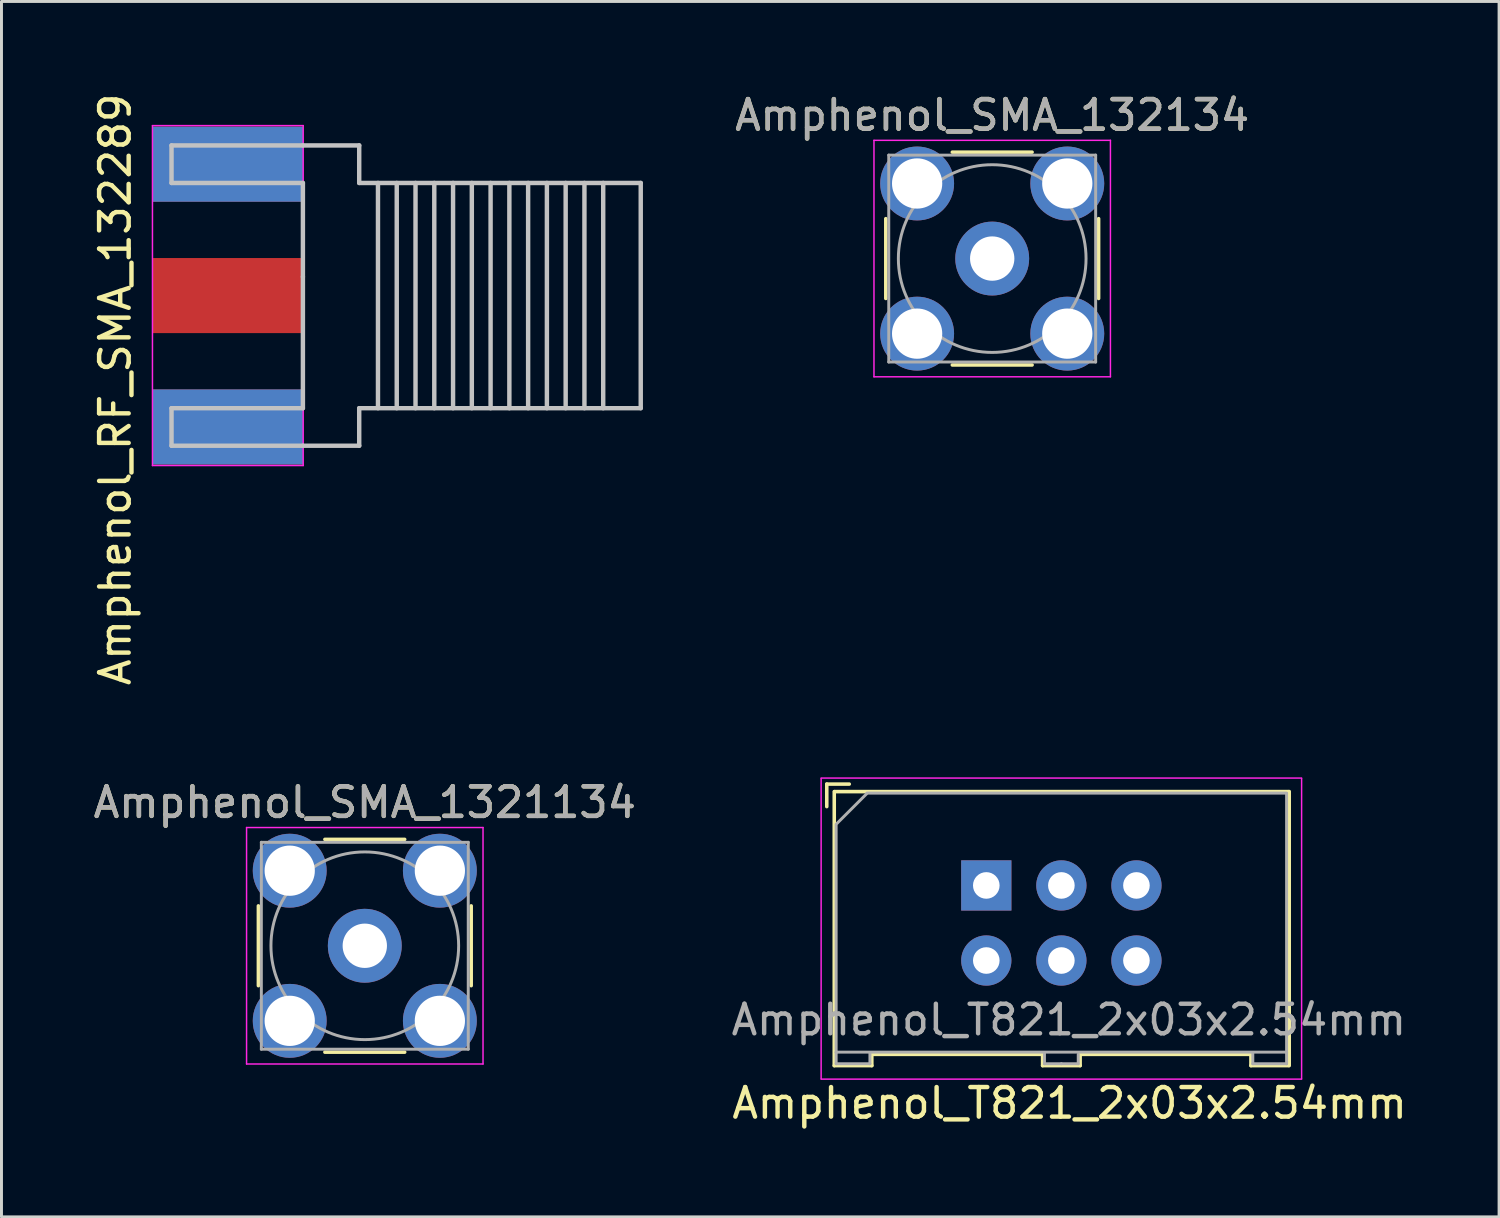
<source format=kicad_pcb>
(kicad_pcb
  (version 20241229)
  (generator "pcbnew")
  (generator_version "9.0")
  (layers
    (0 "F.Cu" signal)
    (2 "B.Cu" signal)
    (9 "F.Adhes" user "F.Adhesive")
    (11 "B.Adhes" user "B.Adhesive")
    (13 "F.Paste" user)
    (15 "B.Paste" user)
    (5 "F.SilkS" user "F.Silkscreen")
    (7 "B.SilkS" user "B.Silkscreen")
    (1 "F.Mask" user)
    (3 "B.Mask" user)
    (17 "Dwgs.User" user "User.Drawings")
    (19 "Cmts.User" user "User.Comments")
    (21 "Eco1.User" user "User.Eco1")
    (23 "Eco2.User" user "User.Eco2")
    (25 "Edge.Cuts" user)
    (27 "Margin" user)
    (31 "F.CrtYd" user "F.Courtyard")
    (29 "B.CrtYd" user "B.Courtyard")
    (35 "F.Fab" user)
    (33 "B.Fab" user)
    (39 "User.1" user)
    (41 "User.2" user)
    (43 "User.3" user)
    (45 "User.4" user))
  (footprint "Amphenol_T821_2x03x2.54mm"
    (layer "F.Cu")
    (at 30.319 26.907)
    (property "Reference" "Amphenol_T821_2x03x2.54mm" (at 2.819 7.366 0) (layer "F.SilkS") (effects (font (size 1 1) (thickness 0.15))))
    (attr through_hole)
    (fp_line (start -5.397 -3.429) (end -5.397 -2.667) (stroke (width 0.12) (type solid)) (layer "F.SilkS"))
    (fp_line (start -5.397 -3.429) (end -4.636 -3.429) (stroke (width 0.12) (type solid)) (layer "F.SilkS"))
    (fp_line (start -5.144 -3.175) (end -5.144 6.096) (stroke (width 0.12) (type solid)) (layer "F.SilkS"))
    (fp_line (start -5.144 6.096) (end -3.873 6.096) (stroke (width 0.12) (type solid)) (layer "F.SilkS"))
    (fp_line (start -5.131 -3.175) (end 10.236 -3.175) (stroke (width 0.12) (type solid)) (layer "F.SilkS"))
    (fp_line (start -3.873 5.715) (end -3.873 6.096) (stroke (width 0.12) (type solid)) (layer "F.SilkS"))
    (fp_line (start 1.88 5.715) (end -3.835 5.715) (stroke (width 0.12) (type solid)) (layer "F.SilkS"))
    (fp_line (start 1.905 6.096) (end 1.905 5.715) (stroke (width 0.12) (type solid)) (layer "F.SilkS"))
    (fp_line (start 3.175 5.715) (end 3.175 6.096) (stroke (width 0.12) (type solid)) (layer "F.SilkS"))
    (fp_line (start 3.175 6.096) (end 1.905 6.096) (stroke (width 0.12) (type solid)) (layer "F.SilkS"))
    (fp_line (start 8.941 5.715) (end 3.226 5.715) (stroke (width 0.12) (type solid)) (layer "F.SilkS"))
    (fp_line (start 8.954 6.096) (end 8.954 5.715) (stroke (width 0.12) (type solid)) (layer "F.SilkS"))
    (fp_line (start 10.223 6.096) (end 8.954 6.096) (stroke (width 0.12) (type solid)) (layer "F.SilkS"))
    (fp_line (start 10.249 -3.175) (end 10.249 6.096) (stroke (width 0.12) (type solid)) (layer "F.SilkS"))
    (fp_line (start -5.588 6.54) (end -5.588 -3.619) (stroke (width 0.05) (type solid)) (layer "F.CrtYd"))
    (fp_line (start 10.668 -3.632) (end -5.588 -3.632) (stroke (width 0.05) (type solid)) (layer "F.CrtYd"))
    (fp_line (start 10.668 6.54) (end 10.668 -3.619) (stroke (width 0.05) (type solid)) (layer "F.CrtYd"))
    (fp_line (start 10.668 6.553) (end -5.588 6.553) (stroke (width 0.05) (type solid)) (layer "F.CrtYd"))
    (fp_line (start -5.08 -2.07) (end -5.08 5.652) (stroke (width 0.1) (type solid)) (layer "F.Fab"))
    (fp_line (start -5.08 5.639) (end 10.16 5.639) (stroke (width 0.1) (type solid)) (layer "F.Fab"))
    (fp_line (start -5.08 5.652) (end -5.08 6.032) (stroke (width 0.1) (type solid)) (layer "F.Fab"))
    (fp_line (start -5.08 6.032) (end -3.937 6.032) (stroke (width 0.1) (type solid)) (layer "F.Fab"))
    (fp_line (start -4.05 -3.1) (end -5.05 -2.1) (stroke (width 0.1) (type solid)) (layer "F.Fab"))
    (fp_line (start -4.04 -3.124) (end 10.16 -3.124) (stroke (width 0.1) (type solid)) (layer "F.Fab"))
    (fp_line (start -3.937 6.032) (end -3.937 5.652) (stroke (width 0.1) (type solid)) (layer "F.Fab"))
    (fp_line (start 1.968 6.032) (end 1.968 5.652) (stroke (width 0.1) (type solid)) (layer "F.Fab"))
    (fp_line (start 2.54 6.032) (end 1.968 6.032) (stroke (width 0.1) (type solid)) (layer "F.Fab"))
    (fp_line (start 2.54 6.032) (end 3.111 6.032) (stroke (width 0.1) (type solid)) (layer "F.Fab"))
    (fp_line (start 3.111 6.032) (end 3.111 5.715) (stroke (width 0.1) (type solid)) (layer "F.Fab"))
    (fp_line (start 9.017 6.032) (end 9.017 5.652) (stroke (width 0.1) (type solid)) (layer "F.Fab"))
    (fp_line (start 10.16 5.652) (end 10.16 -3.111) (stroke (width 0.1) (type solid)) (layer "F.Fab"))
    (fp_line (start 10.16 5.652) (end 10.16 6.032) (stroke (width 0.1) (type solid)) (layer "F.Fab"))
    (fp_line (start 10.16 6.032) (end 9.017 6.032) (stroke (width 0.1) (type solid)) (layer "F.Fab"))
    (fp_text user "${REFERENCE}" (at 2.794 4.547 0) (layer "F.Fab") (effects (font (size 1 1) (thickness 0.15))))
    (pad "1" thru_hole rect (at 0 0) (size 1.7 1.7) (drill 0.9) (layers "*.Cu" "*.Mask"))
    (pad "2" thru_hole circle (at 0 2.54) (size 1.7 1.7) (drill 0.9) (layers "*.Cu" "*.Mask"))
    (pad "3" thru_hole circle (at 2.54 0) (size 1.7 1.7) (drill 0.9) (layers "*.Cu" "*.Mask"))
    (pad "4" thru_hole circle (at 2.54 2.54) (size 1.7 1.7) (drill 0.9) (layers "*.Cu" "*.Mask"))
    (pad "5" thru_hole circle (at 5.08 0) (size 1.7 1.7) (drill 0.9) (layers "*.Cu" "*.Mask"))
    (pad "6" thru_hole circle (at 5.08 2.54) (size 1.7 1.7) (drill 0.9) (layers "*.Cu" "*.Mask")))
  (footprint "Amphenol_SMA_1321134"
    (layer "F.Cu")
    (at 9.292 28.948)
    (property "Reference" "Amphenol_SMA_1321134" (at 0 -4.85 0) (layer "F.SilkS") (effects (font (size 1 1) (thickness 0.15))))
    (attr through_hole)
    (fp_line (start -3.6 -1.35) (end -3.6 1.35) (stroke (width 0.12) (type solid)) (layer "F.SilkS"))
    (fp_line (start -1.35 -3.6) (end 1.35 -3.6) (stroke (width 0.12) (type solid)) (layer "F.SilkS"))
    (fp_line (start 1.35 3.6) (end -1.35 3.6) (stroke (width 0.12) (type solid)) (layer "F.SilkS"))
    (fp_line (start 3.6 -1.35) (end 3.6 1.35) (stroke (width 0.12) (type solid)) (layer "F.SilkS"))
    (fp_line (start -4 -4) (end 4 -4) (stroke (width 0.05) (type solid)) (layer "F.CrtYd"))
    (fp_line (start -4 4) (end -4 -4) (stroke (width 0.05) (type solid)) (layer "F.CrtYd"))
    (fp_line (start 4 -4) (end 4 4) (stroke (width 0.05) (type solid)) (layer "F.CrtYd"))
    (fp_line (start 4 4) (end -4 4) (stroke (width 0.05) (type solid)) (layer "F.CrtYd"))
    (fp_line (start -3.5 -3.5) (end 3.5 -3.5) (stroke (width 0.1) (type solid)) (layer "F.Fab"))
    (fp_line (start -3.5 3.5) (end -3.5 -3.5) (stroke (width 0.1) (type solid)) (layer "F.Fab"))
    (fp_line (start 3.5 -3.5) (end 3.5 3.5) (stroke (width 0.1) (type solid)) (layer "F.Fab"))
    (fp_line (start 3.5 3.5) (end -3.5 3.5) (stroke (width 0.1) (type solid)) (layer "F.Fab"))
    (fp_circle (center 0 0) (end 3.175 0) (stroke (width 0.1) (type solid)) (fill no) (layer "F.Fab"))
    (fp_text user "${REFERENCE}" (at 0 -4.85 0) (layer "F.Fab") (effects (font (size 1 1) (thickness 0.15))))
    (pad "1" thru_hole circle (at 0 0) (size 2.5 2.5) (drill 1.5) (layers "*.Cu" "*.Mask"))
    (pad "2" thru_hole circle (at -2.54 -2.54) (size 2.5 2.5) (drill 1.7) (layers "*.Cu" "*.Mask"))
    (pad "2" thru_hole circle (at -2.54 2.54) (size 2.5 2.5) (drill 1.7) (layers "*.Cu" "*.Mask"))
    (pad "2" thru_hole circle (at 2.54 -2.54) (size 2.5 2.5) (drill 1.7) (layers "*.Cu" "*.Mask"))
    (pad "2" thru_hole circle (at 2.54 2.54) (size 2.5 2.5) (drill 1.7) (layers "*.Cu" "*.Mask")))
  (footprint "Amphenol_RF_SMA_132289"
    (layer "F.Cu")
    (at 4.658 6.95)
    (property "Reference" "Amphenol_RF_SMA_132289" (at -3.81 3.175 270) (layer "F.SilkS") (effects (font (size 1 1) (thickness 0.15))))
    (attr smd)
    (fp_line (start -1.905 -5.08) (end -1.905 -3.81) (stroke (width 0.15) (type solid)) (layer "Dwgs.User"))
    (fp_line (start -1.905 -3.81) (end 2.54 -3.81) (stroke (width 0.15) (type solid)) (layer "Dwgs.User"))
    (fp_line (start -1.905 3.81) (end -1.905 5.08) (stroke (width 0.15) (type solid)) (layer "Dwgs.User"))
    (fp_line (start -1.905 5.08) (end 2.54 5.08) (stroke (width 0.15) (type solid)) (layer "Dwgs.User"))
    (fp_line (start 2.54 -5.08) (end -1.905 -5.08) (stroke (width 0.15) (type solid)) (layer "Dwgs.User"))
    (fp_line (start 2.54 -5.08) (end 4.445 -5.08) (stroke (width 0.15) (type solid)) (layer "Dwgs.User"))
    (fp_line (start 2.54 -3.81) (end 2.54 -0.635) (stroke (width 0.15) (type solid)) (layer "Dwgs.User"))
    (fp_line (start 2.54 -0.635) (end 2.54 3.81) (stroke (width 0.15) (type solid)) (layer "Dwgs.User"))
    (fp_line (start 2.54 3.81) (end -1.905 3.81) (stroke (width 0.15) (type solid)) (layer "Dwgs.User"))
    (fp_line (start 2.54 5.08) (end 4.445 5.08) (stroke (width 0.15) (type solid)) (layer "Dwgs.User"))
    (fp_line (start 4.445 -3.81) (end 4.445 -5.08) (stroke (width 0.15) (type solid)) (layer "Dwgs.User"))
    (fp_line (start 4.445 -3.81) (end 13.97 -3.81) (stroke (width 0.15) (type solid)) (layer "Dwgs.User"))
    (fp_line (start 4.445 5.08) (end 4.445 3.81) (stroke (width 0.15) (type solid)) (layer "Dwgs.User"))
    (fp_line (start 5.08 3.81) (end 5.08 -3.81) (stroke (width 0.15) (type solid)) (layer "Dwgs.User"))
    (fp_line (start 5.715 -3.81) (end 5.715 3.81) (stroke (width 0.15) (type solid)) (layer "Dwgs.User"))
    (fp_line (start 6.35 -3.81) (end 6.35 3.81) (stroke (width 0.15) (type solid)) (layer "Dwgs.User"))
    (fp_line (start 6.985 -3.81) (end 6.985 3.81) (stroke (width 0.15) (type solid)) (layer "Dwgs.User"))
    (fp_line (start 7.62 -3.81) (end 7.62 3.81) (stroke (width 0.15) (type solid)) (layer "Dwgs.User"))
    (fp_line (start 8.255 3.81) (end 8.255 -3.81) (stroke (width 0.15) (type solid)) (layer "Dwgs.User"))
    (fp_line (start 8.89 -3.81) (end 8.89 3.81) (stroke (width 0.15) (type solid)) (layer "Dwgs.User"))
    (fp_line (start 9.525 3.81) (end 9.525 -3.81) (stroke (width 0.15) (type solid)) (layer "Dwgs.User"))
    (fp_line (start 10.16 -3.81) (end 10.16 3.81) (stroke (width 0.15) (type solid)) (layer "Dwgs.User"))
    (fp_line (start 10.795 3.81) (end 10.795 -3.81) (stroke (width 0.15) (type solid)) (layer "Dwgs.User"))
    (fp_line (start 11.43 -3.81) (end 11.43 3.81) (stroke (width 0.15) (type solid)) (layer "Dwgs.User"))
    (fp_line (start 12.065 3.81) (end 12.065 -3.81) (stroke (width 0.15) (type solid)) (layer "Dwgs.User"))
    (fp_line (start 12.7 -3.81) (end 12.7 3.81) (stroke (width 0.15) (type solid)) (layer "Dwgs.User"))
    (fp_line (start 13.97 -3.81) (end 13.97 3.81) (stroke (width 0.15) (type solid)) (layer "Dwgs.User"))
    (fp_line (start 13.97 3.81) (end 4.445 3.81) (stroke (width 0.15) (type solid)) (layer "Dwgs.User"))
    (fp_line (start -2.55 -5.75) (end 2.55 -5.75) (stroke (width 0.05) (type solid)) (layer "F.CrtYd"))
    (fp_line (start -2.55 5.75) (end -2.55 -5.75) (stroke (width 0.05) (type solid)) (layer "F.CrtYd"))
    (fp_line (start 2.55 -5.75) (end 2.55 5.75) (stroke (width 0.05) (type solid)) (layer "F.CrtYd"))
    (fp_line (start 2.55 5.75) (end -2.55 5.75) (stroke (width 0.05) (type solid)) (layer "F.CrtYd"))
    (pad "1" smd rect (at 0 0 90) (size 2.54 5.08) (layers "F.Cu" "F.Mask" "F.Paste"))
    (pad "2" smd rect (at 0 -4.445 90) (size 2.54 5.08) (layers "F.Cu" "F.Mask" "F.Paste"))
    (pad "3" smd rect (at 0 4.445 90) (size 2.54 5.08) (layers "F.Cu" "F.Mask" "F.Paste"))
    (pad "4" smd rect (at 0 -4.445 90) (size 2.54 5.08) (layers "F.Mask" "B.Cu" "F.Paste"))
    (pad "5" smd rect (at 0 4.445 90) (size 2.54 5.08) (layers "F.Mask" "B.Cu" "F.Paste")))
  (footprint "Amphenol_SMA_132134"
    (layer "F.Cu")
    (at 30.519 5.698)
    (property "Reference" "Amphenol_SMA_132134" (at 0 -4.85 0) (layer "F.SilkS") (effects (font (size 1 1) (thickness 0.15))))
    (attr through_hole)
    (fp_line (start -3.6 -1.35) (end -3.6 1.35) (stroke (width 0.12) (type solid)) (layer "F.SilkS"))
    (fp_line (start -1.35 -3.6) (end 1.35 -3.6) (stroke (width 0.12) (type solid)) (layer "F.SilkS"))
    (fp_line (start 1.35 3.6) (end -1.35 3.6) (stroke (width 0.12) (type solid)) (layer "F.SilkS"))
    (fp_line (start 3.6 -1.35) (end 3.6 1.35) (stroke (width 0.12) (type solid)) (layer "F.SilkS"))
    (fp_line (start -4 -4) (end 4 -4) (stroke (width 0.05) (type solid)) (layer "F.CrtYd"))
    (fp_line (start -4 4) (end -4 -4) (stroke (width 0.05) (type solid)) (layer "F.CrtYd"))
    (fp_line (start 4 -4) (end 4 4) (stroke (width 0.05) (type solid)) (layer "F.CrtYd"))
    (fp_line (start 4 4) (end -4 4) (stroke (width 0.05) (type solid)) (layer "F.CrtYd"))
    (fp_line (start -3.5 -3.5) (end 3.5 -3.5) (stroke (width 0.1) (type solid)) (layer "F.Fab"))
    (fp_line (start -3.5 3.5) (end -3.5 -3.5) (stroke (width 0.1) (type solid)) (layer "F.Fab"))
    (fp_line (start 3.5 -3.5) (end 3.5 3.5) (stroke (width 0.1) (type solid)) (layer "F.Fab"))
    (fp_line (start 3.5 3.5) (end -3.5 3.5) (stroke (width 0.1) (type solid)) (layer "F.Fab"))
    (fp_circle (center 0 0) (end 3.175 0) (stroke (width 0.1) (type solid)) (fill no) (layer "F.Fab"))
    (fp_text user "${REFERENCE}" (at 0 -4.85 0) (layer "F.Fab") (effects (font (size 1 1) (thickness 0.15))))
    (pad "1" thru_hole circle (at 0 0) (size 2.5 2.5) (drill 1.5) (layers "*.Cu" "*.Mask"))
    (pad "2" thru_hole circle (at -2.54 -2.54) (size 2.5 2.5) (drill 1.7) (layers "*.Cu" "*.Mask"))
    (pad "2" thru_hole circle (at -2.54 2.54) (size 2.5 2.5) (drill 1.7) (layers "*.Cu" "*.Mask"))
    (pad "2" thru_hole circle (at 2.54 -2.54) (size 2.5 2.5) (drill 1.7) (layers "*.Cu" "*.Mask"))
    (pad "2" thru_hole circle (at 2.54 2.54) (size 2.5 2.5) (drill 1.7) (layers "*.Cu" "*.Mask")))
  (gr_rect
    (start -3 -3)
    (end 47.668 38.121)
    (stroke (width 0.1) (type default))
    (fill no)
    (layer "Edge.Cuts")))
</source>
